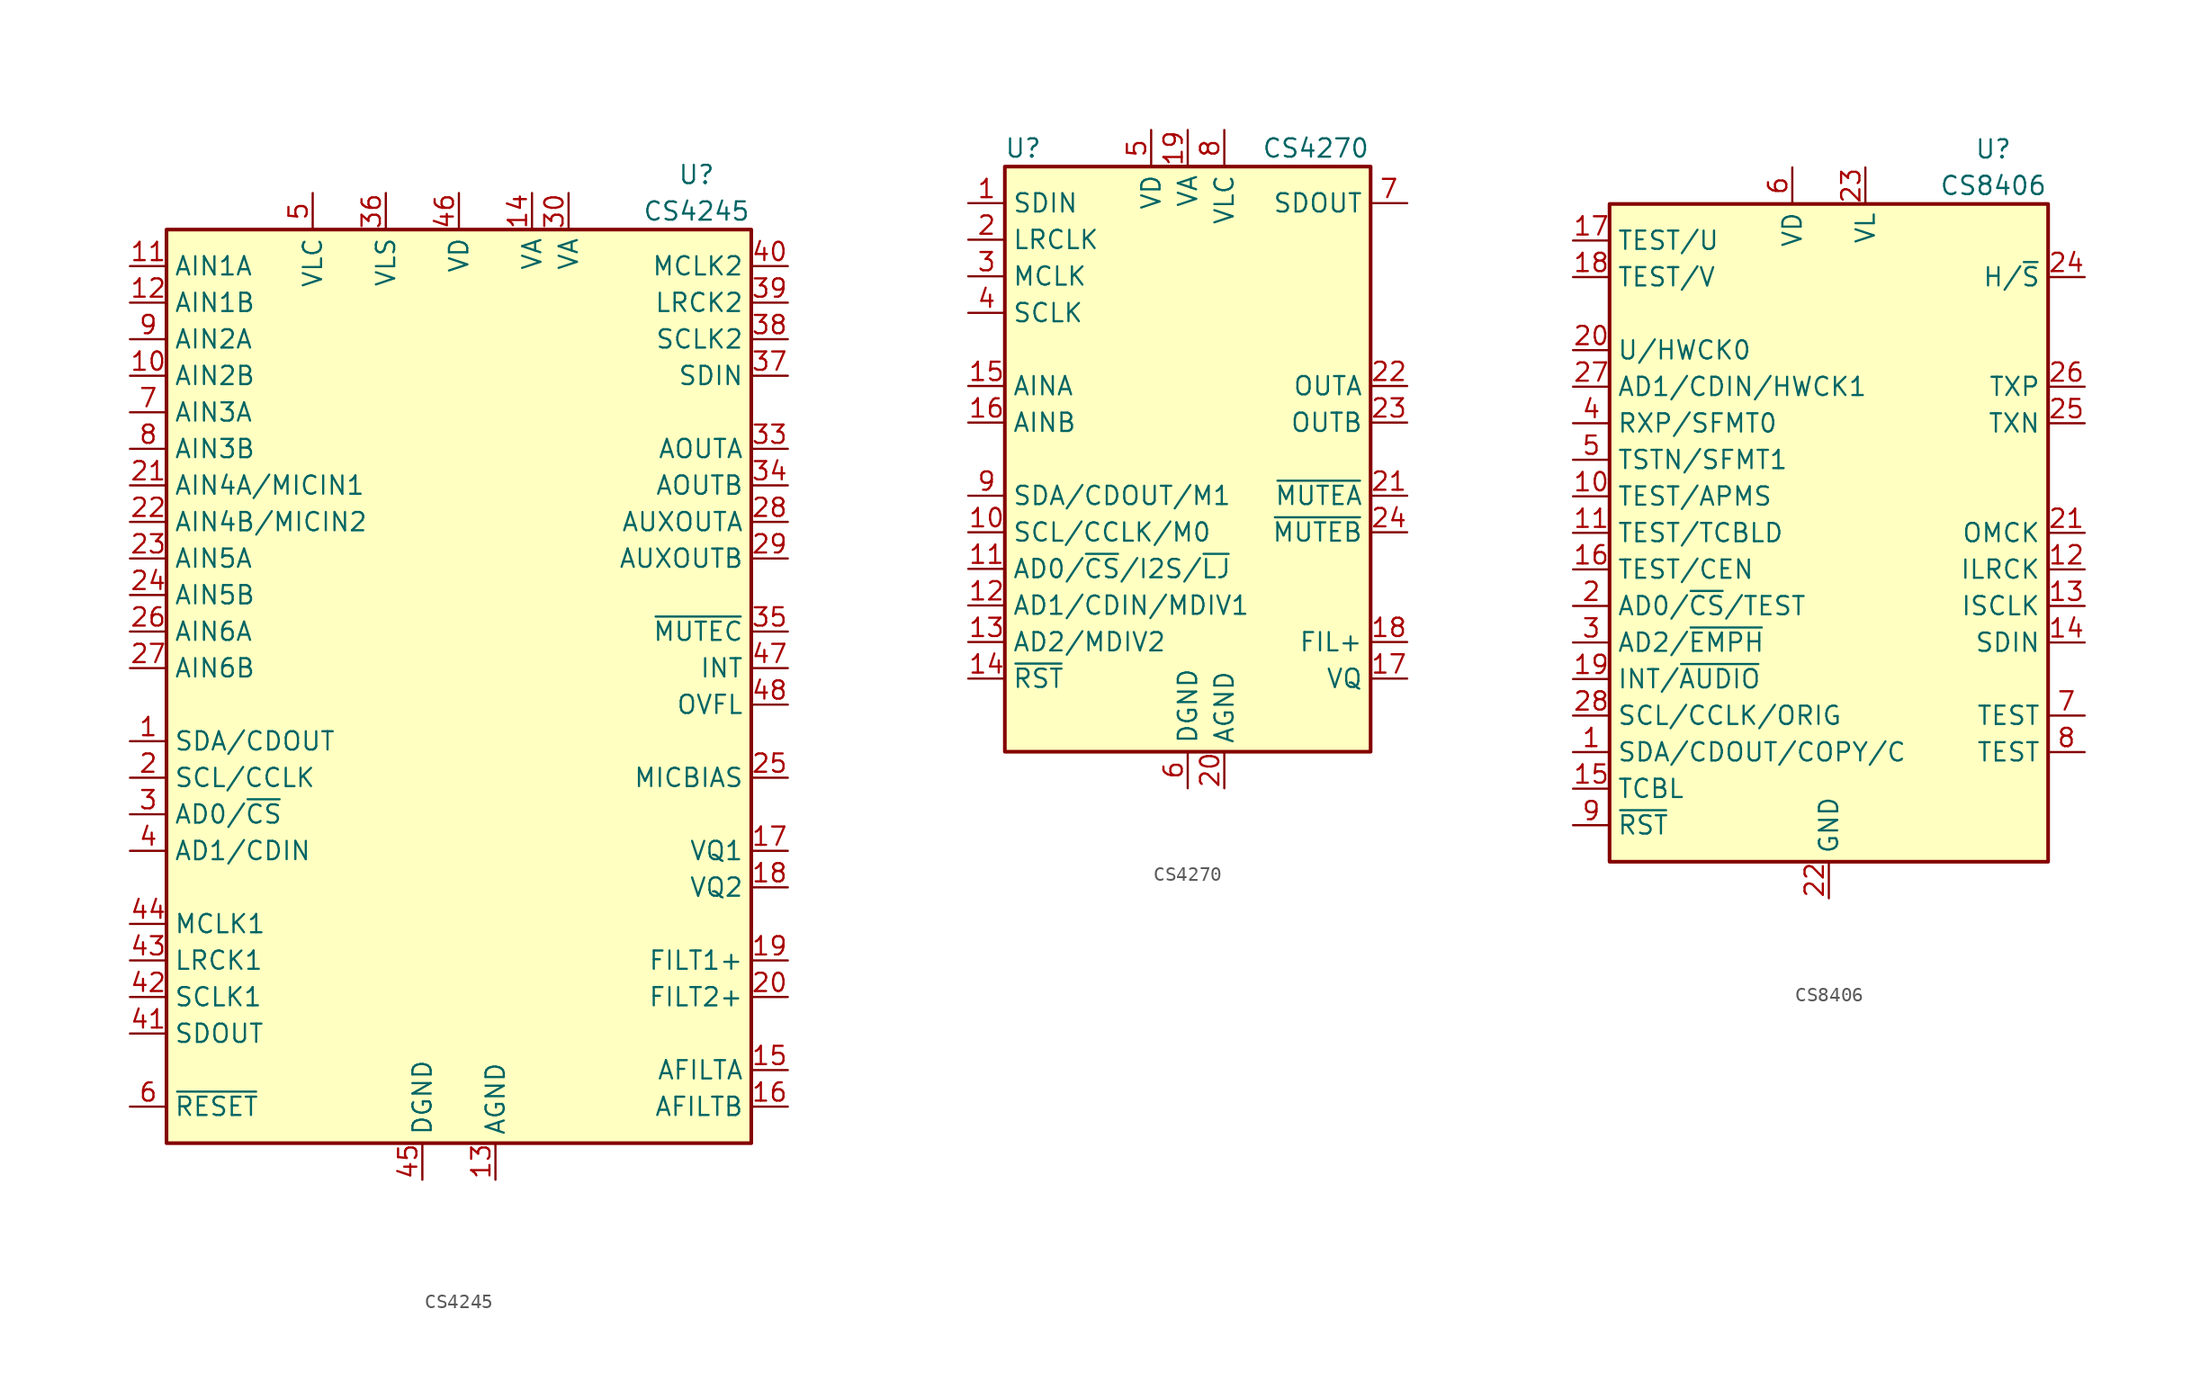
<source format=kicad_sym>
(kicad_symbol_lib
  (version 20231120)
  (generator "kicad_symbol_editor")
  (generator_version "8.0")
  (symbol "CS4245"
    (property "Reference" "U"
      (at 16.51 36.83 0)
      (effects (font (size 1.27 1.27))))
    (property "Value" "CS4245"
      (at 16.51 34.29 0)
      (effects (font (size 1.27 1.27))))
    (symbol "CS4245_0_1"
      (rectangle (start -20.32 33.02) (end 20.32 -30.48) (stroke (width 0.254) (type solid)) (fill (type background))))
    (symbol "CS4245_1_1"
      (pin bidirectional line (at -22.86 -2.54 0) (length 2.54) (name "SDA/CDOUT" (effects (font (size 1.27 1.27)))) (number "1" (effects (font (size 1.27 1.27)))))
      (pin input line (at -22.86 22.86 0) (length 2.54) (name "AIN2B" (effects (font (size 1.27 1.27)))) (number "10" (effects (font (size 1.27 1.27)))))
      (pin input line (at -22.86 30.48 0) (length 2.54) (name "AIN1A" (effects (font (size 1.27 1.27)))) (number "11" (effects (font (size 1.27 1.27)))))
      (pin input line (at -22.86 27.94 0) (length 2.54) (name "AIN1B" (effects (font (size 1.27 1.27)))) (number "12" (effects (font (size 1.27 1.27)))))
      (pin power_in line (at 2.54 -33.02 90) (length 2.54) (name "AGND" (effects (font (size 1.27 1.27)))) (number "13" (effects (font (size 1.27 1.27)))))
      (pin power_in line (at 5.08 35.56 270) (length 2.54) (name "VA" (effects (font (size 1.27 1.27)))) (number "14" (effects (font (size 1.27 1.27)))))
      (pin output line (at 22.86 -25.4 180) (length 2.54) (name "AFILTA" (effects (font (size 1.27 1.27)))) (number "15" (effects (font (size 1.27 1.27)))))
      (pin output line (at 22.86 -27.94 180) (length 2.54) (name "AFILTB" (effects (font (size 1.27 1.27)))) (number "16" (effects (font (size 1.27 1.27)))))
      (pin output line (at 22.86 -10.16 180) (length 2.54) (name "VQ1" (effects (font (size 1.27 1.27)))) (number "17" (effects (font (size 1.27 1.27)))))
      (pin output line (at 22.86 -12.7 180) (length 2.54) (name "VQ2" (effects (font (size 1.27 1.27)))) (number "18" (effects (font (size 1.27 1.27)))))
      (pin output line (at 22.86 -17.78 180) (length 2.54) (name "FILT1+" (effects (font (size 1.27 1.27)))) (number "19" (effects (font (size 1.27 1.27)))))
      (pin input line (at -22.86 -5.08 0) (length 2.54) (name "SCL/CCLK" (effects (font (size 1.27 1.27)))) (number "2" (effects (font (size 1.27 1.27)))))
      (pin output line (at 22.86 -20.32 180) (length 2.54) (name "FILT2+" (effects (font (size 1.27 1.27)))) (number "20" (effects (font (size 1.27 1.27)))))
      (pin input line (at -22.86 15.24 0) (length 2.54) (name "AIN4A/MICIN1" (effects (font (size 1.27 1.27)))) (number "21" (effects (font (size 1.27 1.27)))))
      (pin input line (at -22.86 12.7 0) (length 2.54) (name "AIN4B/MICIN2" (effects (font (size 1.27 1.27)))) (number "22" (effects (font (size 1.27 1.27)))))
      (pin input line (at -22.86 10.16 0) (length 2.54) (name "AIN5A" (effects (font (size 1.27 1.27)))) (number "23" (effects (font (size 1.27 1.27)))))
      (pin input line (at -22.86 7.62 0) (length 2.54) (name "AIN5B" (effects (font (size 1.27 1.27)))) (number "24" (effects (font (size 1.27 1.27)))))
      (pin output line (at 22.86 -5.08 180) (length 2.54) (name "MICBIAS" (effects (font (size 1.27 1.27)))) (number "25" (effects (font (size 1.27 1.27)))))
      (pin input line (at -22.86 5.08 0) (length 2.54) (name "AIN6A" (effects (font (size 1.27 1.27)))) (number "26" (effects (font (size 1.27 1.27)))))
      (pin input line (at -22.86 2.54 0) (length 2.54) (name "AIN6B" (effects (font (size 1.27 1.27)))) (number "27" (effects (font (size 1.27 1.27)))))
      (pin output line (at 22.86 12.7 180) (length 2.54) (name "AUXOUTA" (effects (font (size 1.27 1.27)))) (number "28" (effects (font (size 1.27 1.27)))))
      (pin output line (at 22.86 10.16 180) (length 2.54) (name "AUXOUTB" (effects (font (size 1.27 1.27)))) (number "29" (effects (font (size 1.27 1.27)))))
      (pin input line (at -22.86 -7.62 0) (length 2.54) (name "AD0/~{CS}" (effects (font (size 1.27 1.27)))) (number "3" (effects (font (size 1.27 1.27)))))
      (pin power_in line (at 7.62 35.56 270) (length 2.54) (name "VA" (effects (font (size 1.27 1.27)))) (number "30" (effects (font (size 1.27 1.27)))))
      (pin passive line (at 2.54 -33.02 90) (length 2.54) hide (name "AGND" (effects (font (size 1.27 1.27)))) (number "31" (effects (font (size 1.27 1.27)))))
      (pin passive line (at 2.54 -33.02 90) (length 2.54) hide (name "AGND" (effects (font (size 1.27 1.27)))) (number "32" (effects (font (size 1.27 1.27)))))
      (pin output line (at 22.86 17.78 180) (length 2.54) (name "AOUTA" (effects (font (size 1.27 1.27)))) (number "33" (effects (font (size 1.27 1.27)))))
      (pin output line (at 22.86 15.24 180) (length 2.54) (name "AOUTB" (effects (font (size 1.27 1.27)))) (number "34" (effects (font (size 1.27 1.27)))))
      (pin output line (at 22.86 5.08 180) (length 2.54) (name "~{MUTEC}" (effects (font (size 1.27 1.27)))) (number "35" (effects (font (size 1.27 1.27)))))
      (pin power_in line (at -5.08 35.56 270) (length 2.54) (name "VLS" (effects (font (size 1.27 1.27)))) (number "36" (effects (font (size 1.27 1.27)))))
      (pin input line (at 22.86 22.86 180) (length 2.54) (name "SDIN" (effects (font (size 1.27 1.27)))) (number "37" (effects (font (size 1.27 1.27)))))
      (pin bidirectional line (at 22.86 25.4 180) (length 2.54) (name "SCLK2" (effects (font (size 1.27 1.27)))) (number "38" (effects (font (size 1.27 1.27)))))
      (pin bidirectional line (at 22.86 27.94 180) (length 2.54) (name "LRCK2" (effects (font (size 1.27 1.27)))) (number "39" (effects (font (size 1.27 1.27)))))
      (pin input line (at -22.86 -10.16 0) (length 2.54) (name "AD1/CDIN" (effects (font (size 1.27 1.27)))) (number "4" (effects (font (size 1.27 1.27)))))
      (pin input line (at 22.86 30.48 180) (length 2.54) (name "MCLK2" (effects (font (size 1.27 1.27)))) (number "40" (effects (font (size 1.27 1.27)))))
      (pin output line (at -22.86 -22.86 0) (length 2.54) (name "SDOUT" (effects (font (size 1.27 1.27)))) (number "41" (effects (font (size 1.27 1.27)))))
      (pin bidirectional line (at -22.86 -20.32 0) (length 2.54) (name "SCLK1" (effects (font (size 1.27 1.27)))) (number "42" (effects (font (size 1.27 1.27)))))
      (pin bidirectional line (at -22.86 -17.78 0) (length 2.54) (name "LRCK1" (effects (font (size 1.27 1.27)))) (number "43" (effects (font (size 1.27 1.27)))))
      (pin input line (at -22.86 -15.24 0) (length 2.54) (name "MCLK1" (effects (font (size 1.27 1.27)))) (number "44" (effects (font (size 1.27 1.27)))))
      (pin power_in line (at -2.54 -33.02 90) (length 2.54) (name "DGND" (effects (font (size 1.27 1.27)))) (number "45" (effects (font (size 1.27 1.27)))))
      (pin power_in line (at 0 35.56 270) (length 2.54) (name "VD" (effects (font (size 1.27 1.27)))) (number "46" (effects (font (size 1.27 1.27)))))
      (pin output line (at 22.86 2.54 180) (length 2.54) (name "INT" (effects (font (size 1.27 1.27)))) (number "47" (effects (font (size 1.27 1.27)))))
      (pin output line (at 22.86 0 180) (length 2.54) (name "OVFL" (effects (font (size 1.27 1.27)))) (number "48" (effects (font (size 1.27 1.27)))))
      (pin input line (at -10.16 35.56 270) (length 2.54) (name "VLC" (effects (font (size 1.27 1.27)))) (number "5" (effects (font (size 1.27 1.27)))))
      (pin input line (at -22.86 -27.94 0) (length 2.54) (name "~{RESET}" (effects (font (size 1.27 1.27)))) (number "6" (effects (font (size 1.27 1.27)))))
      (pin input line (at -22.86 20.32 0) (length 2.54) (name "AIN3A" (effects (font (size 1.27 1.27)))) (number "7" (effects (font (size 1.27 1.27)))))
      (pin input line (at -22.86 17.78 0) (length 2.54) (name "AIN3B" (effects (font (size 1.27 1.27)))) (number "8" (effects (font (size 1.27 1.27)))))
      (pin input line (at -22.86 25.4 0) (length 2.54) (name "AIN2A" (effects (font (size 1.27 1.27)))) (number "9" (effects (font (size 1.27 1.27)))))))
  (symbol "CS4270"
    (property "Reference" "U"
      (at -11.43 21.59 0)
      (effects (font (size 1.27 1.27))))
    (property "Value" "CS4270"
      (at 8.89 21.59 0)
      (effects (font (size 1.27 1.27))))
    (symbol "CS4270_0_1"
      (rectangle (start -12.7 20.32) (end 12.7 -20.32) (stroke (width 0.254) (type solid)) (fill (type background))))
    (symbol "CS4270_1_0"
      (pin input line (at -15.24 17.78 0) (length 2.54) (name "SDIN" (effects (font (size 1.27 1.27)))) (number "1" (effects (font (size 1.27 1.27)))))
      (pin input line (at -15.24 -5.08 0) (length 2.54) (name "SCL/CCLK/M0" (effects (font (size 1.27 1.27)))) (number "10" (effects (font (size 1.27 1.27)))))
      (pin input line (at -15.24 -7.62 0) (length 2.54) (name "AD0/~{CS}/I2S/~{LJ}" (effects (font (size 1.27 1.27)))) (number "11" (effects (font (size 1.27 1.27)))))
      (pin input line (at -15.24 -10.16 0) (length 2.54) (name "AD1/CDIN/MDIV1" (effects (font (size 1.27 1.27)))) (number "12" (effects (font (size 1.27 1.27)))))
      (pin input line (at -15.24 -12.7 0) (length 2.54) (name "AD2/MDIV2" (effects (font (size 1.27 1.27)))) (number "13" (effects (font (size 1.27 1.27)))))
      (pin input line (at -15.24 -15.24 0) (length 2.54) (name "~{RST}" (effects (font (size 1.27 1.27)))) (number "14" (effects (font (size 1.27 1.27)))))
      (pin input line (at -15.24 5.08 0) (length 2.54) (name "AINA" (effects (font (size 1.27 1.27)))) (number "15" (effects (font (size 1.27 1.27)))))
      (pin input line (at -15.24 2.54 0) (length 2.54) (name "AINB" (effects (font (size 1.27 1.27)))) (number "16" (effects (font (size 1.27 1.27)))))
      (pin passive line (at 15.24 -15.24 180) (length 2.54) (name "VQ" (effects (font (size 1.27 1.27)))) (number "17" (effects (font (size 1.27 1.27)))))
      (pin passive line (at 15.24 -12.7 180) (length 2.54) (name "FIL+" (effects (font (size 1.27 1.27)))) (number "18" (effects (font (size 1.27 1.27)))))
      (pin power_in line (at 0 22.86 270) (length 2.54) (name "VA" (effects (font (size 1.27 1.27)))) (number "19" (effects (font (size 1.27 1.27)))))
      (pin bidirectional line (at -15.24 15.24 0) (length 2.54) (name "LRCLK" (effects (font (size 1.27 1.27)))) (number "2" (effects (font (size 1.27 1.27)))))
      (pin power_in line (at 2.54 -22.86 90) (length 2.54) (name "AGND" (effects (font (size 1.27 1.27)))) (number "20" (effects (font (size 1.27 1.27)))))
      (pin input line (at 15.24 -2.54 180) (length 2.54) (name "~{MUTEA}" (effects (font (size 1.27 1.27)))) (number "21" (effects (font (size 1.27 1.27)))))
      (pin output line (at 15.24 5.08 180) (length 2.54) (name "OUTA" (effects (font (size 1.27 1.27)))) (number "22" (effects (font (size 1.27 1.27)))))
      (pin output line (at 15.24 2.54 180) (length 2.54) (name "OUTB" (effects (font (size 1.27 1.27)))) (number "23" (effects (font (size 1.27 1.27)))))
      (pin input line (at 15.24 -5.08 180) (length 2.54) (name "~{MUTEB}" (effects (font (size 1.27 1.27)))) (number "24" (effects (font (size 1.27 1.27)))))
      (pin input line (at -15.24 12.7 0) (length 2.54) (name "MCLK" (effects (font (size 1.27 1.27)))) (number "3" (effects (font (size 1.27 1.27)))))
      (pin bidirectional line (at -15.24 10.16 0) (length 2.54) (name "SCLK" (effects (font (size 1.27 1.27)))) (number "4" (effects (font (size 1.27 1.27)))))
      (pin power_in line (at -2.54 22.86 270) (length 2.54) (name "VD" (effects (font (size 1.27 1.27)))) (number "5" (effects (font (size 1.27 1.27)))))
      (pin power_in line (at 0 -22.86 90) (length 2.54) (name "DGND" (effects (font (size 1.27 1.27)))) (number "6" (effects (font (size 1.27 1.27)))))
      (pin output line (at 15.24 17.78 180) (length 2.54) (name "SDOUT" (effects (font (size 1.27 1.27)))) (number "7" (effects (font (size 1.27 1.27)))))
      (pin power_in line (at 2.54 22.86 270) (length 2.54) (name "VLC" (effects (font (size 1.27 1.27)))) (number "8" (effects (font (size 1.27 1.27)))))
      (pin bidirectional line (at -15.24 -2.54 0) (length 2.54) (name "SDA/CDOUT/M1" (effects (font (size 1.27 1.27)))) (number "9" (effects (font (size 1.27 1.27)))))))
  (symbol "CS8406"
    (property "Reference" "U"
      (at 11.43 26.67 0)
      (effects (font (size 1.27 1.27))))
    (property "Value" "CS8406"
      (at 11.43 24.13 0)
      (effects (font (size 1.27 1.27))))
    (symbol "CS8406_0_0"
      (rectangle (start -15.24 22.86) (end 15.24 -22.86) (stroke (width 0.254) (type solid)) (fill (type background))))
    (symbol "CS8406_1_0"
      (pin bidirectional line (at 17.78 -2.54 180) (length 2.54) (name "ILRCK" (effects (font (size 1.27 1.27)))) (number "12" (effects (font (size 1.27 1.27)))))
      (pin bidirectional line (at 17.78 -5.08 180) (length 2.54) (name "ISCLK" (effects (font (size 1.27 1.27)))) (number "13" (effects (font (size 1.27 1.27)))))
      (pin input line (at 17.78 -7.62 180) (length 2.54) (name "SDIN" (effects (font (size 1.27 1.27)))) (number "14" (effects (font (size 1.27 1.27)))))
      (pin input line (at 17.78 0 180) (length 2.54) (name "OMCK" (effects (font (size 1.27 1.27)))) (number "21" (effects (font (size 1.27 1.27)))))
      (pin power_in line (at 0 -25.4 90) (length 2.54) (name "GND" (effects (font (size 1.27 1.27)))) (number "22" (effects (font (size 1.27 1.27)))))
      (pin power_in line (at 2.54 25.4 270) (length 2.54) (name "VL" (effects (font (size 1.27 1.27)))) (number "23" (effects (font (size 1.27 1.27)))))
      (pin input line (at 17.78 17.78 180) (length 2.54) (name "H/~{S}" (effects (font (size 1.27 1.27)))) (number "24" (effects (font (size 1.27 1.27)))))
      (pin output line (at 17.78 7.62 180) (length 2.54) (name "TXN" (effects (font (size 1.27 1.27)))) (number "25" (effects (font (size 1.27 1.27)))))
      (pin output line (at 17.78 10.16 180) (length 2.54) (name "TXP" (effects (font (size 1.27 1.27)))) (number "26" (effects (font (size 1.27 1.27)))))
      (pin power_in line (at -2.54 25.4 270) (length 2.54) (name "VD" (effects (font (size 1.27 1.27)))) (number "6" (effects (font (size 1.27 1.27)))))
      (pin input line (at -17.78 -20.32 0) (length 2.54) (name "~{RST}" (effects (font (size 1.27 1.27)))) (number "9" (effects (font (size 1.27 1.27))))))
    (symbol "CS8406_1_1"
      (pin bidirectional line (at -17.78 -15.24 0) (length 2.54) (name "SDA/CDOUT/COPY/C" (effects (font (size 1.27 1.27)))) (number "1" (effects (font (size 1.27 1.27)))))
      (pin input line (at -17.78 2.54 0) (length 2.54) (name "TEST/APMS" (effects (font (size 1.27 1.27)))) (number "10" (effects (font (size 1.27 1.27)))))
      (pin input line (at -17.78 0 0) (length 2.54) (name "TEST/TCBLD" (effects (font (size 1.27 1.27)))) (number "11" (effects (font (size 1.27 1.27)))))
      (pin bidirectional line (at -17.78 -17.78 0) (length 2.54) (name "TCBL" (effects (font (size 1.27 1.27)))) (number "15" (effects (font (size 1.27 1.27)))))
      (pin input line (at -17.78 -2.54 0) (length 2.54) (name "TEST/CEN" (effects (font (size 1.27 1.27)))) (number "16" (effects (font (size 1.27 1.27)))))
      (pin input line (at -17.78 20.32 0) (length 2.54) (name "TEST/U" (effects (font (size 1.27 1.27)))) (number "17" (effects (font (size 1.27 1.27)))))
      (pin input line (at -17.78 17.78 0) (length 2.54) (name "TEST/V" (effects (font (size 1.27 1.27)))) (number "18" (effects (font (size 1.27 1.27)))))
      (pin bidirectional line (at -17.78 -10.16 0) (length 2.54) (name "INT/~{AUDIO}" (effects (font (size 1.27 1.27)))) (number "19" (effects (font (size 1.27 1.27)))))
      (pin input line (at -17.78 -5.08 0) (length 2.54) (name "AD0/~{CS}/TEST" (effects (font (size 1.27 1.27)))) (number "2" (effects (font (size 1.27 1.27)))))
      (pin input line (at -17.78 12.7 0) (length 2.54) (name "U/HWCK0" (effects (font (size 1.27 1.27)))) (number "20" (effects (font (size 1.27 1.27)))))
      (pin input line (at -17.78 10.16 0) (length 2.54) (name "AD1/CDIN/HWCK1" (effects (font (size 1.27 1.27)))) (number "27" (effects (font (size 1.27 1.27)))))
      (pin input line (at -17.78 -12.7 0) (length 2.54) (name "SCL/CCLK/ORIG" (effects (font (size 1.27 1.27)))) (number "28" (effects (font (size 1.27 1.27)))))
      (pin input line (at -17.78 -7.62 0) (length 2.54) (name "AD2/~{EMPH}" (effects (font (size 1.27 1.27)))) (number "3" (effects (font (size 1.27 1.27)))))
      (pin input line (at -17.78 7.62 0) (length 2.54) (name "RXP/SFMT0" (effects (font (size 1.27 1.27)))) (number "4" (effects (font (size 1.27 1.27)))))
      (pin input line (at -17.78 5.08 0) (length 2.54) (name "TSTN/SFMT1" (effects (font (size 1.27 1.27)))) (number "5" (effects (font (size 1.27 1.27)))))
      (pin input line (at 17.78 -12.7 180) (length 2.54) (name "TEST" (effects (font (size 1.27 1.27)))) (number "7" (effects (font (size 1.27 1.27)))))
      (pin input line (at 17.78 -15.24 180) (length 2.54) (name "TEST" (effects (font (size 1.27 1.27)))) (number "8" (effects (font (size 1.27 1.27))))))))
</source>
